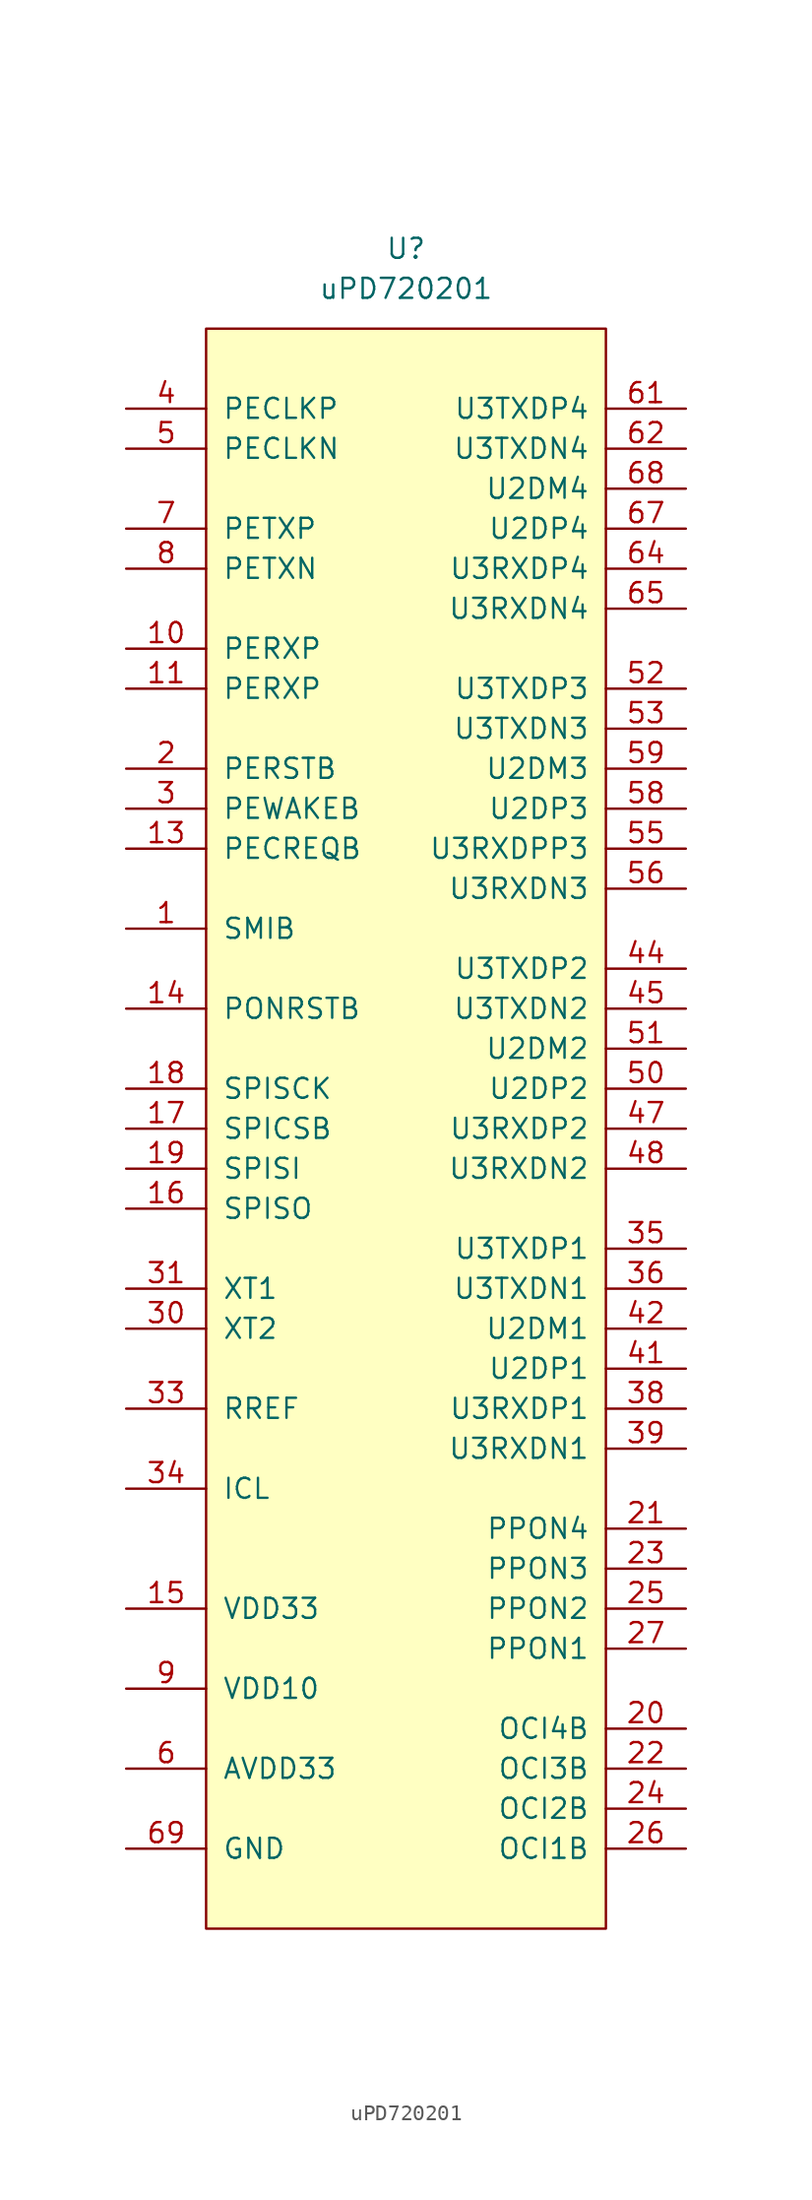
<source format=kicad_sym>
(kicad_symbol_lib
  (version 20220914)
  (generator kicad_symbol_editor)
  (symbol "uPD720201"
    (pin_names
      (offset 1.016))
    (property "Reference" "U"
      (at 0 0 0)
      (effects (font (size 1.27 1.27))))
    (property "Value" "uPD720201"
      (at 0 -2.54 0)
      (effects (font (size 1.27 1.27))))
    (symbol "uPD720201_0_1"
      (rectangle (start -12.7 -5.08) (end 12.7 -106.68) (stroke (width 0) (type default)) (fill (type background))))
    (symbol "uPD720201_1_1"
      (pin output line (at -17.78 -43.18 0) (length 5.08) (name "SMIB" (effects (font (size 1.27 1.27)))) (number "1" (effects (font (size 1.27 1.27)))))
      (pin input line (at -17.78 -25.4 0) (length 5.08) (name "PERXP" (effects (font (size 1.27 1.27)))) (number "10" (effects (font (size 1.27 1.27)))))
      (pin input line (at -17.78 -27.94 0) (length 5.08) (name "PERXP" (effects (font (size 1.27 1.27)))) (number "11" (effects (font (size 1.27 1.27)))))
      (pin power_in line (at -17.78 -91.44 0) (length 5.08) hide (name "VDD10" (effects (font (size 1.27 1.27)))) (number "12" (effects (font (size 1.27 1.27)))))
      (pin output line (at -17.78 -38.1 0) (length 5.08) (name "PECREQB" (effects (font (size 1.27 1.27)))) (number "13" (effects (font (size 1.27 1.27)))))
      (pin input line (at -17.78 -48.26 0) (length 5.08) (name "PONRSTB" (effects (font (size 1.27 1.27)))) (number "14" (effects (font (size 1.27 1.27)))))
      (pin power_in line (at -17.78 -86.36 0) (length 5.08) (name "VDD33" (effects (font (size 1.27 1.27)))) (number "15" (effects (font (size 1.27 1.27)))))
      (pin input line (at -17.78 -60.96 0) (length 5.08) (name "SPISO" (effects (font (size 1.27 1.27)))) (number "16" (effects (font (size 1.27 1.27)))))
      (pin output line (at -17.78 -55.88 0) (length 5.08) (name "SPICSB" (effects (font (size 1.27 1.27)))) (number "17" (effects (font (size 1.27 1.27)))))
      (pin output line (at -17.78 -53.34 0) (length 5.08) (name "SPISCK" (effects (font (size 1.27 1.27)))) (number "18" (effects (font (size 1.27 1.27)))))
      (pin output line (at -17.78 -58.42 0) (length 5.08) (name "SPISI" (effects (font (size 1.27 1.27)))) (number "19" (effects (font (size 1.27 1.27)))))
      (pin input line (at -17.78 -33.02 0) (length 5.08) (name "PERSTB" (effects (font (size 1.27 1.27)))) (number "2" (effects (font (size 1.27 1.27)))))
      (pin input line (at 17.78 -93.98 180) (length 5.08) (name "OCI4B" (effects (font (size 1.27 1.27)))) (number "20" (effects (font (size 1.27 1.27)))))
      (pin output line (at 17.78 -81.28 180) (length 5.08) (name "PPON4" (effects (font (size 1.27 1.27)))) (number "21" (effects (font (size 1.27 1.27)))))
      (pin input line (at 17.78 -96.52 180) (length 5.08) (name "OCI3B" (effects (font (size 1.27 1.27)))) (number "22" (effects (font (size 1.27 1.27)))))
      (pin output line (at 17.78 -83.82 180) (length 5.08) (name "PPON3" (effects (font (size 1.27 1.27)))) (number "23" (effects (font (size 1.27 1.27)))))
      (pin input line (at 17.78 -99.06 180) (length 5.08) (name "OCI2B" (effects (font (size 1.27 1.27)))) (number "24" (effects (font (size 1.27 1.27)))))
      (pin output line (at 17.78 -86.36 180) (length 5.08) (name "PPON2" (effects (font (size 1.27 1.27)))) (number "25" (effects (font (size 1.27 1.27)))))
      (pin input line (at 17.78 -101.6 180) (length 5.08) (name "OCI1B" (effects (font (size 1.27 1.27)))) (number "26" (effects (font (size 1.27 1.27)))))
      (pin output line (at 17.78 -88.9 180) (length 5.08) (name "PPON1" (effects (font (size 1.27 1.27)))) (number "27" (effects (font (size 1.27 1.27)))))
      (pin power_in line (at -17.78 -91.44 0) (length 5.08) hide (name "VDD10" (effects (font (size 1.27 1.27)))) (number "28" (effects (font (size 1.27 1.27)))))
      (pin power_in line (at -17.78 -86.36 0) (length 5.08) hide (name "VDD33" (effects (font (size 1.27 1.27)))) (number "29" (effects (font (size 1.27 1.27)))))
      (pin input line (at -17.78 -35.56 0) (length 5.08) (name "PEWAKEB" (effects (font (size 1.27 1.27)))) (number "3" (effects (font (size 1.27 1.27)))))
      (pin output line (at -17.78 -68.58 0) (length 5.08) (name "XT2" (effects (font (size 1.27 1.27)))) (number "30" (effects (font (size 1.27 1.27)))))
      (pin input line (at -17.78 -66.04 0) (length 5.08) (name "XT1" (effects (font (size 1.27 1.27)))) (number "31" (effects (font (size 1.27 1.27)))))
      (pin power_in line (at -17.78 -96.52 0) (length 5.08) hide (name "AVDD33" (effects (font (size 1.27 1.27)))) (number "32" (effects (font (size 1.27 1.27)))))
      (pin bidirectional line (at -17.78 -73.66 0) (length 5.08) (name "RREF" (effects (font (size 1.27 1.27)))) (number "33" (effects (font (size 1.27 1.27)))))
      (pin input line (at -17.78 -78.74 0) (length 5.08) (name "ICL" (effects (font (size 1.27 1.27)))) (number "34" (effects (font (size 1.27 1.27)))))
      (pin output line (at 17.78 -63.5 180) (length 5.08) (name "U3TXDP1" (effects (font (size 1.27 1.27)))) (number "35" (effects (font (size 1.27 1.27)))))
      (pin output line (at 17.78 -66.04 180) (length 5.08) (name "U3TXDN1" (effects (font (size 1.27 1.27)))) (number "36" (effects (font (size 1.27 1.27)))))
      (pin power_in line (at -17.78 -91.44 0) (length 5.08) hide (name "VDD10" (effects (font (size 1.27 1.27)))) (number "37" (effects (font (size 1.27 1.27)))))
      (pin input line (at 17.78 -73.66 180) (length 5.08) (name "U3RXDP1" (effects (font (size 1.27 1.27)))) (number "38" (effects (font (size 1.27 1.27)))))
      (pin input line (at 17.78 -76.2 180) (length 5.08) (name "U3RXDN1" (effects (font (size 1.27 1.27)))) (number "39" (effects (font (size 1.27 1.27)))))
      (pin input line (at -17.78 -10.16 0) (length 5.08) (name "PECLKP" (effects (font (size 1.27 1.27)))) (number "4" (effects (font (size 1.27 1.27)))))
      (pin power_in line (at -17.78 -86.36 0) (length 5.08) hide (name "VDD33" (effects (font (size 1.27 1.27)))) (number "40" (effects (font (size 1.27 1.27)))))
      (pin bidirectional line (at 17.78 -71.12 180) (length 5.08) (name "U2DP1" (effects (font (size 1.27 1.27)))) (number "41" (effects (font (size 1.27 1.27)))))
      (pin bidirectional line (at 17.78 -68.58 180) (length 5.08) (name "U2DM1" (effects (font (size 1.27 1.27)))) (number "42" (effects (font (size 1.27 1.27)))))
      (pin power_in line (at -17.78 -91.44 0) (length 5.08) hide (name "VDD10" (effects (font (size 1.27 1.27)))) (number "43" (effects (font (size 1.27 1.27)))))
      (pin output line (at 17.78 -45.72 180) (length 5.08) (name "U3TXDP2" (effects (font (size 1.27 1.27)))) (number "44" (effects (font (size 1.27 1.27)))))
      (pin output line (at 17.78 -48.26 180) (length 5.08) (name "U3TXDN2" (effects (font (size 1.27 1.27)))) (number "45" (effects (font (size 1.27 1.27)))))
      (pin power_in line (at -17.78 -91.44 0) (length 5.08) hide (name "VDD10" (effects (font (size 1.27 1.27)))) (number "46" (effects (font (size 1.27 1.27)))))
      (pin input line (at 17.78 -55.88 180) (length 5.08) (name "U3RXDP2" (effects (font (size 1.27 1.27)))) (number "47" (effects (font (size 1.27 1.27)))))
      (pin input line (at 17.78 -58.42 180) (length 5.08) (name "U3RXDN2" (effects (font (size 1.27 1.27)))) (number "48" (effects (font (size 1.27 1.27)))))
      (pin power_in line (at -17.78 -86.36 0) (length 5.08) hide (name "VDD33" (effects (font (size 1.27 1.27)))) (number "49" (effects (font (size 1.27 1.27)))))
      (pin input line (at -17.78 -12.7 0) (length 5.08) (name "PECLKN" (effects (font (size 1.27 1.27)))) (number "5" (effects (font (size 1.27 1.27)))))
      (pin bidirectional line (at 17.78 -53.34 180) (length 5.08) (name "U2DP2" (effects (font (size 1.27 1.27)))) (number "50" (effects (font (size 1.27 1.27)))))
      (pin bidirectional line (at 17.78 -50.8 180) (length 5.08) (name "U2DM2" (effects (font (size 1.27 1.27)))) (number "51" (effects (font (size 1.27 1.27)))))
      (pin output line (at 17.78 -27.94 180) (length 5.08) (name "U3TXDP3" (effects (font (size 1.27 1.27)))) (number "52" (effects (font (size 1.27 1.27)))))
      (pin output line (at 17.78 -30.48 180) (length 5.08) (name "U3TXDN3" (effects (font (size 1.27 1.27)))) (number "53" (effects (font (size 1.27 1.27)))))
      (pin power_in line (at -17.78 -91.44 0) (length 5.08) hide (name "VDD10" (effects (font (size 1.27 1.27)))) (number "54" (effects (font (size 1.27 1.27)))))
      (pin input line (at 17.78 -38.1 180) (length 5.08) (name "U3RXDPP3" (effects (font (size 1.27 1.27)))) (number "55" (effects (font (size 1.27 1.27)))))
      (pin input line (at 17.78 -40.64 180) (length 5.08) (name "U3RXDN3" (effects (font (size 1.27 1.27)))) (number "56" (effects (font (size 1.27 1.27)))))
      (pin power_in line (at -17.78 -86.36 0) (length 5.08) hide (name "VDD33" (effects (font (size 1.27 1.27)))) (number "57" (effects (font (size 1.27 1.27)))))
      (pin bidirectional line (at 17.78 -35.56 180) (length 5.08) (name "U2DP3" (effects (font (size 1.27 1.27)))) (number "58" (effects (font (size 1.27 1.27)))))
      (pin bidirectional line (at 17.78 -33.02 180) (length 5.08) (name "U2DM3" (effects (font (size 1.27 1.27)))) (number "59" (effects (font (size 1.27 1.27)))))
      (pin power_in line (at -17.78 -96.52 0) (length 5.08) (name "AVDD33" (effects (font (size 1.27 1.27)))) (number "6" (effects (font (size 1.27 1.27)))))
      (pin power_in line (at -17.78 -91.44 0) (length 5.08) hide (name "VDD10" (effects (font (size 1.27 1.27)))) (number "60" (effects (font (size 1.27 1.27)))))
      (pin output line (at 17.78 -10.16 180) (length 5.08) (name "U3TXDP4" (effects (font (size 1.27 1.27)))) (number "61" (effects (font (size 1.27 1.27)))))
      (pin output line (at 17.78 -12.7 180) (length 5.08) (name "U3TXDN4" (effects (font (size 1.27 1.27)))) (number "62" (effects (font (size 1.27 1.27)))))
      (pin power_in line (at -17.78 -91.44 0) (length 5.08) hide (name "VDD10" (effects (font (size 1.27 1.27)))) (number "63" (effects (font (size 1.27 1.27)))))
      (pin input line (at 17.78 -20.32 180) (length 5.08) (name "U3RXDP4" (effects (font (size 1.27 1.27)))) (number "64" (effects (font (size 1.27 1.27)))))
      (pin input line (at 17.78 -22.86 180) (length 5.08) (name "U3RXDN4" (effects (font (size 1.27 1.27)))) (number "65" (effects (font (size 1.27 1.27)))))
      (pin power_in line (at -17.78 -86.36 0) (length 5.08) hide (name "VDD33" (effects (font (size 1.27 1.27)))) (number "66" (effects (font (size 1.27 1.27)))))
      (pin bidirectional line (at 17.78 -17.78 180) (length 5.08) (name "U2DP4" (effects (font (size 1.27 1.27)))) (number "67" (effects (font (size 1.27 1.27)))))
      (pin bidirectional line (at 17.78 -15.24 180) (length 5.08) (name "U2DM4" (effects (font (size 1.27 1.27)))) (number "68" (effects (font (size 1.27 1.27)))))
      (pin power_in line (at -17.78 -101.6 0) (length 5.08) (name "GND" (effects (font (size 1.27 1.27)))) (number "69" (effects (font (size 1.27 1.27)))))
      (pin output line (at -17.78 -17.78 0) (length 5.08) (name "PETXP" (effects (font (size 1.27 1.27)))) (number "7" (effects (font (size 1.27 1.27)))))
      (pin output line (at -17.78 -20.32 0) (length 5.08) (name "PETXN" (effects (font (size 1.27 1.27)))) (number "8" (effects (font (size 1.27 1.27)))))
      (pin power_in line (at -17.78 -91.44 0) (length 5.08) (name "VDD10" (effects (font (size 1.27 1.27)))) (number "9" (effects (font (size 1.27 1.27))))))))
</source>
